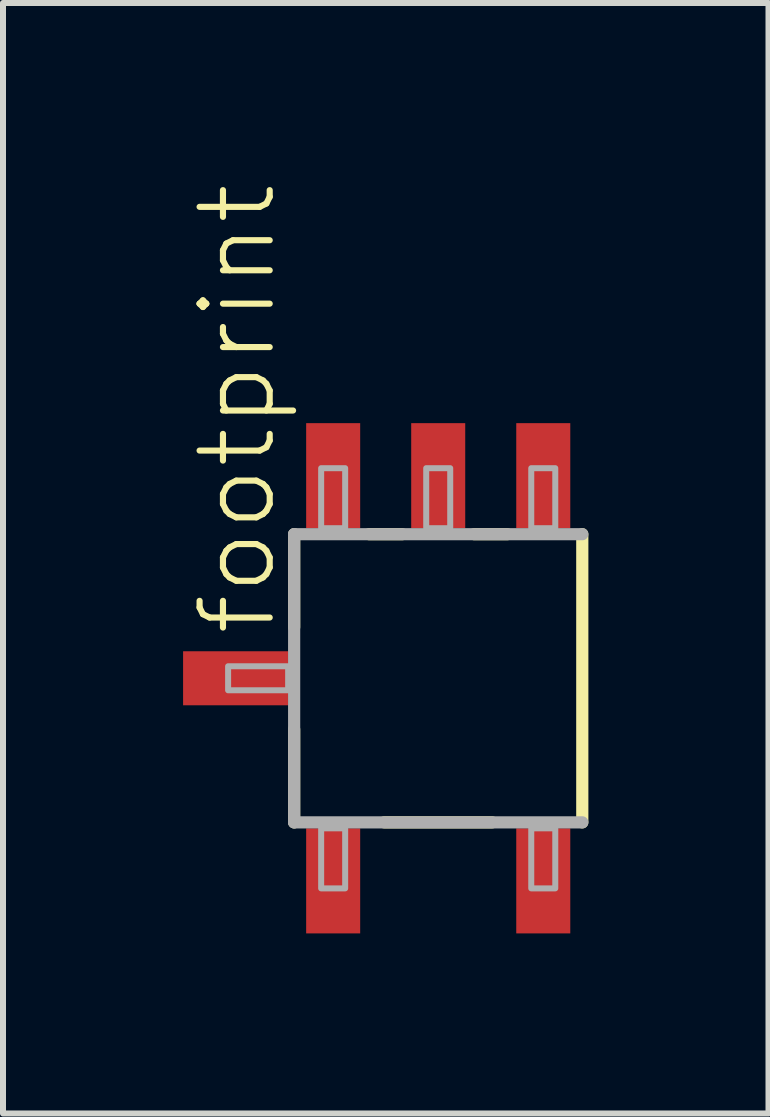
<source format=kicad_pcb>
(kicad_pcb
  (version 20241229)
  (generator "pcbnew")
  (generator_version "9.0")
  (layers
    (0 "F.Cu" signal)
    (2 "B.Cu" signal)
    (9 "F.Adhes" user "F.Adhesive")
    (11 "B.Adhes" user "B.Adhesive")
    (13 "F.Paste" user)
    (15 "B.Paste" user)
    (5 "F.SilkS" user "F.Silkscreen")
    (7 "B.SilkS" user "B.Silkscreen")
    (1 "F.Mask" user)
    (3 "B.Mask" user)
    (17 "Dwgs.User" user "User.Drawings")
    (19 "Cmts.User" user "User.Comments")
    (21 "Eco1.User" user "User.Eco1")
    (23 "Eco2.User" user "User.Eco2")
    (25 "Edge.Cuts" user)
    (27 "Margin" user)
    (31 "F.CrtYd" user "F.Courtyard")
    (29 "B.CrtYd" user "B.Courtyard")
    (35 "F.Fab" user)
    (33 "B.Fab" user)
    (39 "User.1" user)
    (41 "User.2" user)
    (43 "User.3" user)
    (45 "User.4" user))
  (footprint "footprint"
    (layer "F.Cu")
    (at 4.25 8.249)
    (property "Reference" "footprint" (at -2.659 -0.667 90) (layer "F.SilkS") (effects (font (size 1.168 1.168) (thickness 0.102)) (justify left bottom)))
    (fp_line (start -2.4 -0.85) (end -2.4 -2.4) (stroke (width 0.203) (type solid)) (layer "F.SilkS"))
    (fp_line (start -2.4 2.4) (end -2.4 0.85) (stroke (width 0.203) (type solid)) (layer "F.SilkS"))
    (fp_line (start -1.15 -2.4) (end -0.6 -2.4) (stroke (width 0.203) (type solid)) (layer "F.SilkS"))
    (fp_line (start 0.6 -2.4) (end 1.15 -2.4) (stroke (width 0.203) (type solid)) (layer "F.SilkS"))
    (fp_line (start 0.9 2.4) (end -0.9 2.4) (stroke (width 0.203) (type solid)) (layer "F.SilkS"))
    (fp_line (start 2.4 -2.4) (end 2.4 2.4) (stroke (width 0.203) (type solid)) (layer "F.SilkS"))
    (fp_line (start -2.4 -2.4) (end 2.4 -2.4) (stroke (width 0.203) (type solid)) (layer "F.Fab"))
    (fp_line (start -2.4 2.4) (end -2.4 -2.4) (stroke (width 0.203) (type solid)) (layer "F.Fab"))
    (fp_line (start 2.4 2.4) (end -2.4 2.4) (stroke (width 0.203) (type solid)) (layer "F.Fab"))
    (fp_poly (pts (xy -3.5 0.2) (xy -2.5 0.2) (xy -2.5 -0.2) (xy -3.5 -0.2)) (stroke (width 0.1) (type solid)) (fill no) (layer "F.Fab"))
    (fp_poly (pts (xy -1.95 -2.5) (xy -1.55 -2.5) (xy -1.55 -3.5) (xy -1.95 -3.5)) (stroke (width 0.1) (type solid)) (fill no) (layer "F.Fab"))
    (fp_poly (pts (xy -1.95 3.5) (xy -1.55 3.5) (xy -1.55 2.5) (xy -1.95 2.5)) (stroke (width 0.1) (type solid)) (fill no) (layer "F.Fab"))
    (fp_poly (pts (xy -0.2 -2.5) (xy 0.2 -2.5) (xy 0.2 -3.5) (xy -0.2 -3.5)) (stroke (width 0.1) (type solid)) (fill no) (layer "F.Fab"))
    (fp_poly (pts (xy 1.55 -2.5) (xy 1.95 -2.5) (xy 1.95 -3.5) (xy 1.55 -3.5)) (stroke (width 0.1) (type solid)) (fill no) (layer "F.Fab"))
    (fp_poly (pts (xy 1.55 3.5) (xy 1.95 3.5) (xy 1.95 2.5) (xy 1.55 2.5)) (stroke (width 0.1) (type solid)) (fill no) (layer "F.Fab"))
    (pad "1" smd rect (at -1.75 3.375) (size 0.9 1.75) (layers "F.Cu" "F.Mask" "F.Paste"))
    (pad "2" smd rect (at -1.75 -3.375) (size 0.9 1.75) (layers "F.Cu" "F.Mask" "F.Paste"))
    (pad "3" smd rect (at 0 -3.375) (size 0.9 1.75) (layers "F.Cu" "F.Mask" "F.Paste"))
    (pad "4" smd rect (at 1.75 -3.375) (size 0.9 1.75) (layers "F.Cu" "F.Mask" "F.Paste"))
    (pad "5" smd rect (at 1.75 3.375) (size 0.9 1.75) (layers "F.Cu" "F.Mask" "F.Paste"))
    (pad "S" smd rect (at -3.375 0) (size 1.75 0.9) (layers "F.Cu" "F.Mask" "F.Paste")))
  (gr_rect
    (start -3 -3)
    (end 9.752 15.499)
    (stroke (width 0.1) (type default))
    (fill no)
    (layer "Edge.Cuts")))
</source>
